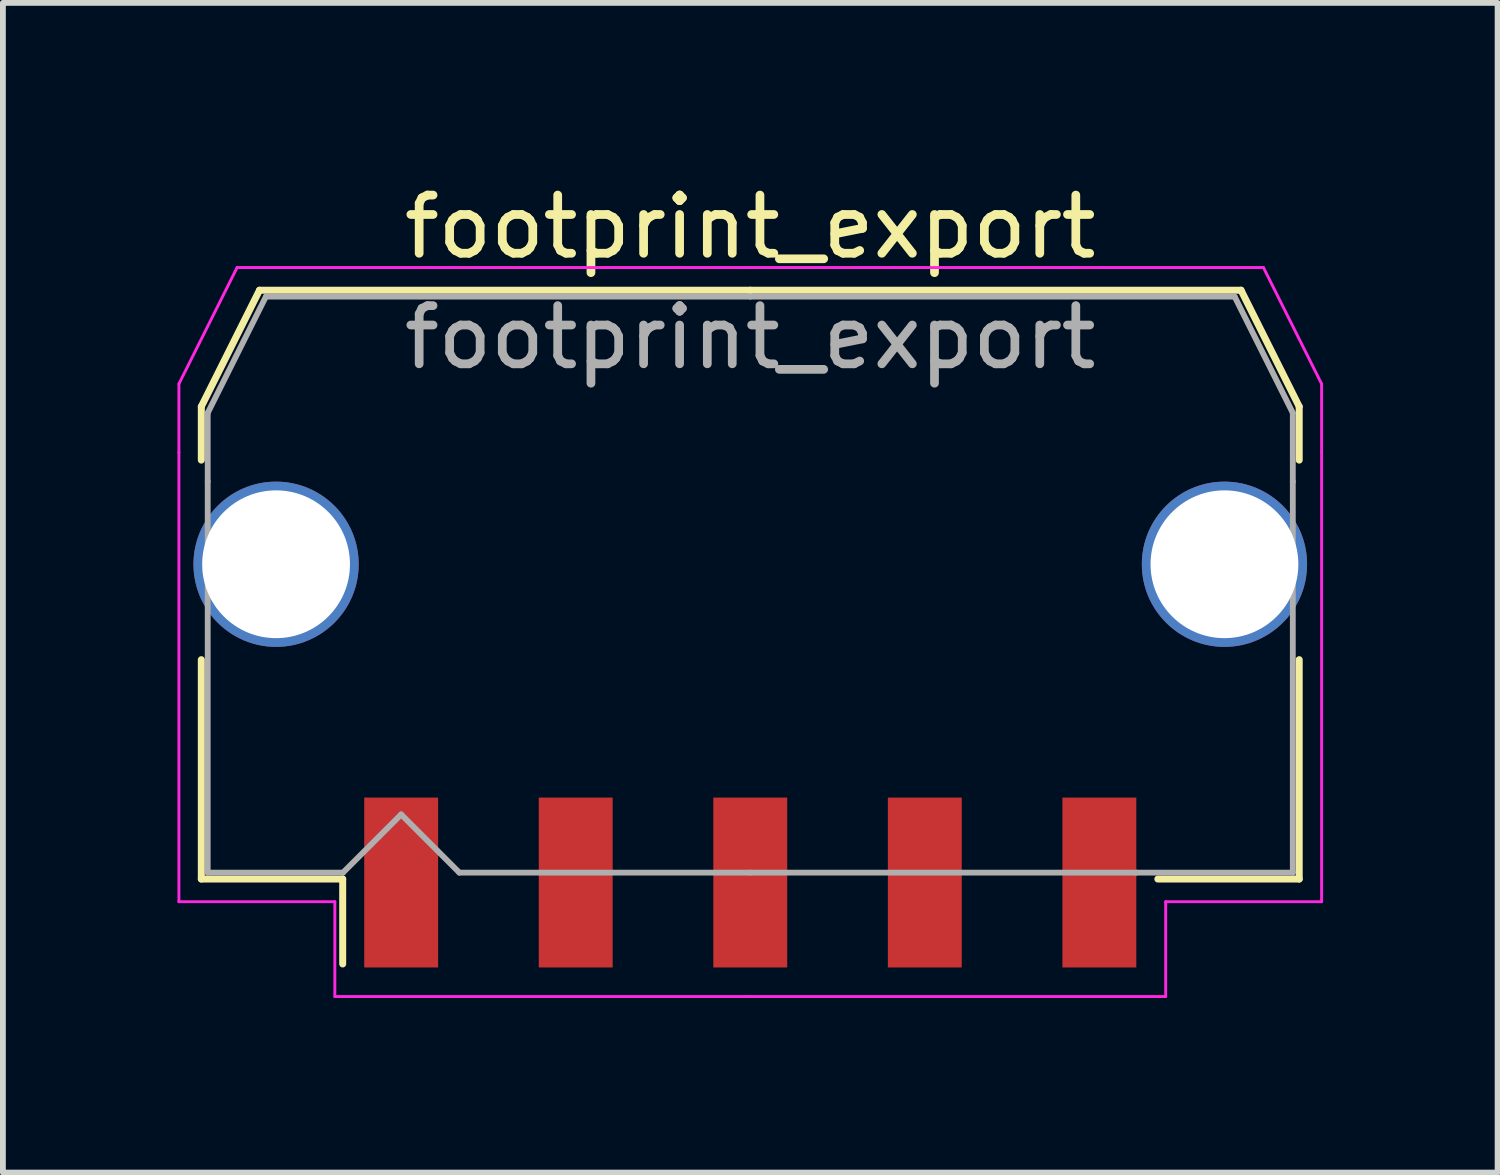
<source format=kicad_pcb>
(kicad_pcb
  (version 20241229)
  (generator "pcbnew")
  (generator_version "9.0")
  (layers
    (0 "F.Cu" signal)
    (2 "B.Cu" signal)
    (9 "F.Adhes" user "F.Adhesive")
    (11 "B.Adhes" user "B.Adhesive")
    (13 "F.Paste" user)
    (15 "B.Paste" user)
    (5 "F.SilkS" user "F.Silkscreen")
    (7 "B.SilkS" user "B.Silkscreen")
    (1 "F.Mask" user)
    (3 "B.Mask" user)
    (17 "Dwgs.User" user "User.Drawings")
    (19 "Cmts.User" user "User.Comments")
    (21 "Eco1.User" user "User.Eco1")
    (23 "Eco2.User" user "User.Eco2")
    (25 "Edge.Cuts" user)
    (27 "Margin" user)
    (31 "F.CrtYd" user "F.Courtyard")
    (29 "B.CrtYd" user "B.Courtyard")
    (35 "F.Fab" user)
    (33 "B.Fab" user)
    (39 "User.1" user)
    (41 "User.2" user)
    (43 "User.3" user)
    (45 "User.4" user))
  (footprint "footprint_export"
    (layer "F.Cu")
    (at 9.845 6.998)
    (property "Reference" "footprint_export" (at 0 -6.15 0) (layer "F.SilkS") (effects (font (size 1 1) (thickness 0.15))))
    (attr smd)
    (fp_line (start -9.435 -3.06) (end -9.435 -2.14) (stroke (width 0.12) (type solid)) (layer "F.SilkS"))
    (fp_line (start -9.435 1.29) (end -9.435 5.06) (stroke (width 0.12) (type solid)) (layer "F.SilkS"))
    (fp_line (start -9.435 5.06) (end -7.005 5.06) (stroke (width 0.12) (type solid)) (layer "F.SilkS"))
    (fp_line (start -8.435 -5.06) (end -9.435 -3.06) (stroke (width 0.12) (type solid)) (layer "F.SilkS"))
    (fp_line (start -7.005 5.06) (end -7.005 6.52) (stroke (width 0.12) (type solid)) (layer "F.SilkS"))
    (fp_line (start 0 -5.06) (end -8.435 -5.06) (stroke (width 0.12) (type solid)) (layer "F.SilkS"))
    (fp_line (start 0 -5.06) (end 8.435 -5.06) (stroke (width 0.12) (type solid)) (layer "F.SilkS"))
    (fp_line (start 8.435 -5.06) (end 9.435 -3.06) (stroke (width 0.12) (type solid)) (layer "F.SilkS"))
    (fp_line (start 9.435 -3.06) (end 9.435 -2.14) (stroke (width 0.12) (type solid)) (layer "F.SilkS"))
    (fp_line (start 9.435 1.29) (end 9.435 5.06) (stroke (width 0.12) (type solid)) (layer "F.SilkS"))
    (fp_line (start 9.435 5.06) (end 7.005 5.06) (stroke (width 0.12) (type solid)) (layer "F.SilkS"))
    (fp_line (start -9.82 -3.45) (end -9.82 -2.27) (stroke (width 0.05) (type solid)) (layer "F.CrtYd"))
    (fp_line (start -9.82 -2.27) (end -9.82 5.45) (stroke (width 0.05) (type solid)) (layer "F.CrtYd"))
    (fp_line (start -9.82 5.45) (end -7.14 5.45) (stroke (width 0.05) (type solid)) (layer "F.CrtYd"))
    (fp_line (start -8.82 -5.45) (end -9.82 -3.45) (stroke (width 0.05) (type solid)) (layer "F.CrtYd"))
    (fp_line (start -7.14 5.45) (end -7.14 7.08) (stroke (width 0.05) (type solid)) (layer "F.CrtYd"))
    (fp_line (start -7.14 7.08) (end 0 7.08) (stroke (width 0.05) (type solid)) (layer "F.CrtYd"))
    (fp_line (start 0 -5.45) (end -8.82 -5.45) (stroke (width 0.05) (type solid)) (layer "F.CrtYd"))
    (fp_line (start 0 -5.45) (end 8.82 -5.45) (stroke (width 0.05) (type solid)) (layer "F.CrtYd"))
    (fp_line (start 7.14 5.45) (end 7.14 7.08) (stroke (width 0.05) (type solid)) (layer "F.CrtYd"))
    (fp_line (start 7.14 7.08) (end 0 7.08) (stroke (width 0.05) (type solid)) (layer "F.CrtYd"))
    (fp_line (start 8.82 -5.45) (end 9.82 -3.45) (stroke (width 0.05) (type solid)) (layer "F.CrtYd"))
    (fp_line (start 9.82 -3.45) (end 9.82 -2.27) (stroke (width 0.05) (type solid)) (layer "F.CrtYd"))
    (fp_line (start 9.82 -2.27) (end 9.82 5.45) (stroke (width 0.05) (type solid)) (layer "F.CrtYd"))
    (fp_line (start 9.82 5.45) (end 7.14 5.45) (stroke (width 0.05) (type solid)) (layer "F.CrtYd"))
    (fp_line (start -9.325 -2.95) (end -9.325 -1.77) (stroke (width 0.1) (type solid)) (layer "F.Fab"))
    (fp_line (start -9.325 -1.77) (end -9.325 4.95) (stroke (width 0.1) (type solid)) (layer "F.Fab"))
    (fp_line (start -9.325 4.95) (end -7 4.95) (stroke (width 0.1) (type solid)) (layer "F.Fab"))
    (fp_line (start -8.325 -4.95) (end -9.325 -2.95) (stroke (width 0.1) (type solid)) (layer "F.Fab"))
    (fp_line (start -7 4.95) (end -6 3.95) (stroke (width 0.1) (type solid)) (layer "F.Fab"))
    (fp_line (start -6 3.95) (end -5 4.95) (stroke (width 0.1) (type solid)) (layer "F.Fab"))
    (fp_line (start -5 4.95) (end 0 4.95) (stroke (width 0.1) (type solid)) (layer "F.Fab"))
    (fp_line (start 0 -4.95) (end -8.325 -4.95) (stroke (width 0.1) (type solid)) (layer "F.Fab"))
    (fp_line (start 0 -4.95) (end 8.325 -4.95) (stroke (width 0.1) (type solid)) (layer "F.Fab"))
    (fp_line (start 6.635 4.95) (end 0 4.95) (stroke (width 0.1) (type solid)) (layer "F.Fab"))
    (fp_line (start 8.325 -4.95) (end 9.325 -2.95) (stroke (width 0.1) (type solid)) (layer "F.Fab"))
    (fp_line (start 9.325 -2.95) (end 9.325 -1.77) (stroke (width 0.1) (type solid)) (layer "F.Fab"))
    (fp_line (start 9.325 -1.77) (end 9.325 4.95) (stroke (width 0.1) (type solid)) (layer "F.Fab"))
    (fp_line (start 9.325 4.95) (end 6.635 4.95) (stroke (width 0.1) (type solid)) (layer "F.Fab"))
    (fp_text user "${REFERENCE}" (at 0 -4.25 0) (layer "F.Fab") (effects (font (size 1 1) (thickness 0.15))))
    (pad "1" smd rect (at -6 5.12) (size 1.27 2.92) (layers "F.Cu" "F.Mask" "F.Paste"))
    (pad "2" smd rect (at -3 5.12) (size 1.27 2.92) (layers "F.Cu" "F.Mask" "F.Paste"))
    (pad "3" smd rect (at 0 5.12) (size 1.27 2.92) (layers "F.Cu" "F.Mask" "F.Paste"))
    (pad "4" smd rect (at 3 5.12) (size 1.27 2.92) (layers "F.Cu" "F.Mask" "F.Paste"))
    (pad "5" smd rect (at 6 5.12) (size 1.27 2.92) (layers "F.Cu" "F.Mask" "F.Paste"))
    (pad "MP" thru_hole circle (at -8.15 -0.35) (size 2.84 2.84) (drill 2.54) (layers "*.Cu" "*.Mask"))
    (pad "MP" thru_hole circle (at 8.15 -0.35) (size 2.84 2.84) (drill 2.54) (layers "*.Cu" "*.Mask")))
  (gr_rect
    (start -3 -3)
    (end 22.69 17.103)
    (stroke (width 0.1) (type default))
    (fill no)
    (layer "Edge.Cuts")))
</source>
